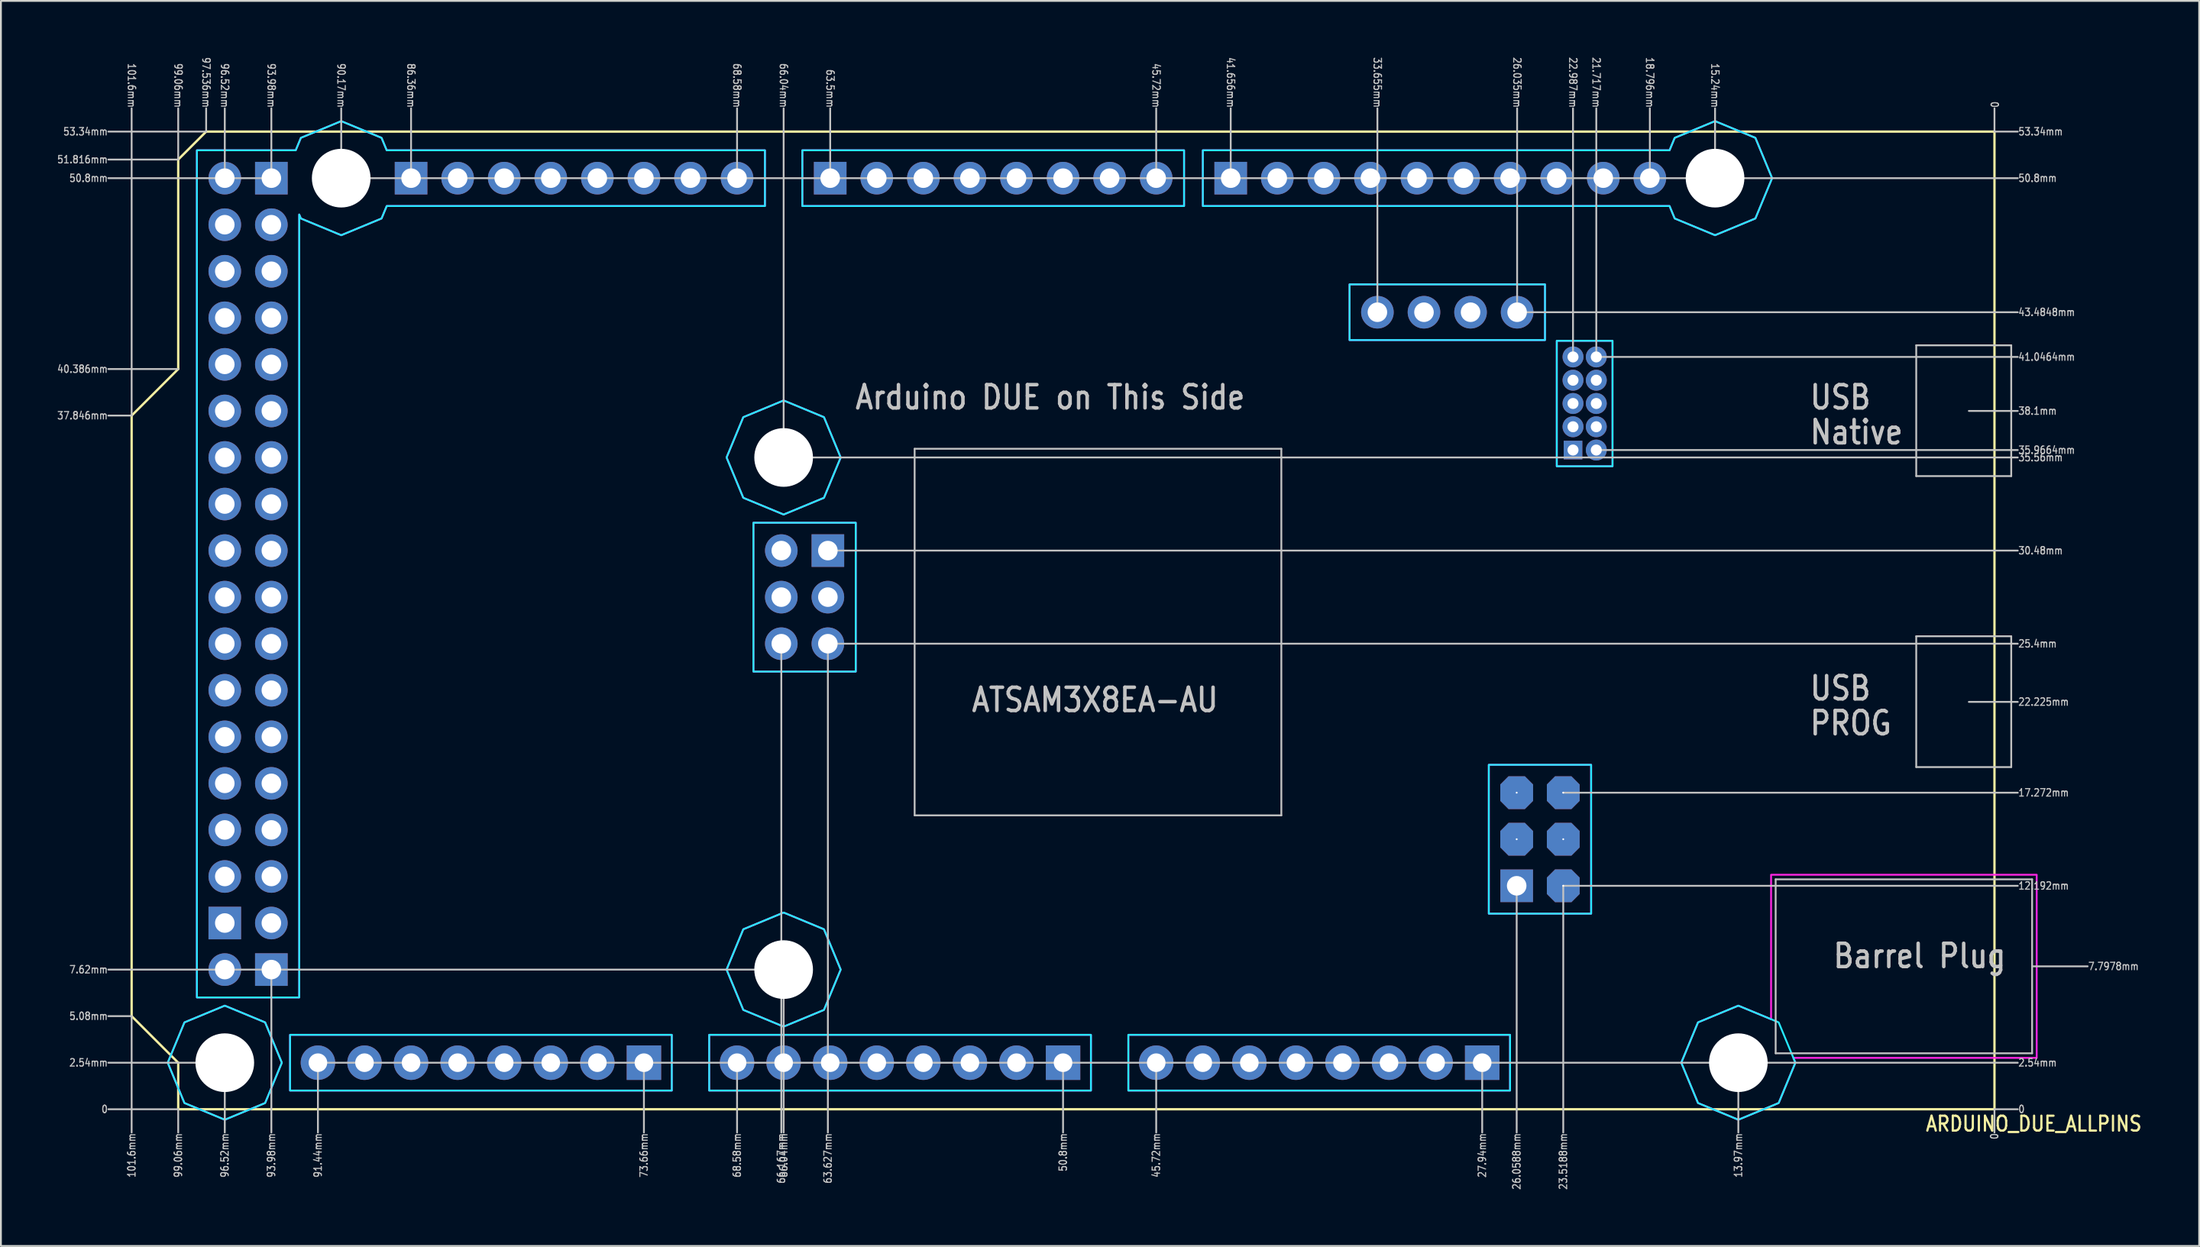
<source format=kicad_pcb>
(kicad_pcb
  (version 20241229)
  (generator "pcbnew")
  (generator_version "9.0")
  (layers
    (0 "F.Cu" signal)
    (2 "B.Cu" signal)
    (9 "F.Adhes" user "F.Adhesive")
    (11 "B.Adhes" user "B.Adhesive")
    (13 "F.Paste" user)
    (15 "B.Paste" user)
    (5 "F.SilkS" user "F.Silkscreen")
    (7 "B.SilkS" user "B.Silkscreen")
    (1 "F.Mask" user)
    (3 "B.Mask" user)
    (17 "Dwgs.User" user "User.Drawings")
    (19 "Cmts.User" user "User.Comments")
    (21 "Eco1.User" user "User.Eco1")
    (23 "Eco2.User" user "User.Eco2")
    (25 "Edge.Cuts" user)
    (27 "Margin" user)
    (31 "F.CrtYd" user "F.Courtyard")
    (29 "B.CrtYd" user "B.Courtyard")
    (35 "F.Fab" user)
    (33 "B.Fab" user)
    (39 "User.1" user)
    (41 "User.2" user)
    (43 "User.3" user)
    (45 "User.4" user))
  (footprint "ARDUINO_DUE_ALLPINS"
    (layer "F.Cu")
    (at 105.73 57.47)
    (property "Reference" "ARDUINO_DUE_ALLPINS" (at -3.81 1.27 0) (unlocked yes) (layer "F.SilkS") (effects (font (size 0.813 0.695) (thickness 0.122)) (justify left bottom)))
    (fp_circle (center -96.52 -2.54) (end -93.67 -2.54) (stroke (width 0) (type solid)) (fill yes) (layer "F.Mask"))
    (fp_circle (center -96.52 -2.54) (end -93.67 -2.54) (stroke (width 0) (type solid)) (fill yes) (layer "F.Mask"))
    (fp_circle (center -90.17 -50.8) (end -87.32 -50.8) (stroke (width 0) (type solid)) (fill yes) (layer "F.Mask"))
    (fp_circle (center -90.17 -50.8) (end -87.32 -50.8) (stroke (width 0) (type solid)) (fill yes) (layer "F.Mask"))
    (fp_circle (center -66.04 -35.56) (end -63.19 -35.56) (stroke (width 0) (type solid)) (fill yes) (layer "F.Mask"))
    (fp_circle (center -66.04 -35.56) (end -63.19 -35.56) (stroke (width 0) (type solid)) (fill yes) (layer "F.Mask"))
    (fp_circle (center -66.04 -7.62) (end -63.19 -7.62) (stroke (width 0) (type solid)) (fill yes) (layer "F.Mask"))
    (fp_circle (center -66.04 -7.62) (end -63.19 -7.62) (stroke (width 0) (type solid)) (fill yes) (layer "F.Mask"))
    (fp_circle (center -15.24 -50.8) (end -12.39 -50.8) (stroke (width 0) (type solid)) (fill yes) (layer "F.Mask"))
    (fp_circle (center -15.24 -50.8) (end -12.39 -50.8) (stroke (width 0) (type solid)) (fill yes) (layer "F.Mask"))
    (fp_circle (center -13.97 -2.54) (end -11.12 -2.54) (stroke (width 0) (type solid)) (fill yes) (layer "F.Mask"))
    (fp_circle (center -13.97 -2.54) (end -11.12 -2.54) (stroke (width 0) (type solid)) (fill yes) (layer "F.Mask"))
    (fp_circle (center -96.52 -2.54) (end -93.67 -2.54) (stroke (width 0) (type solid)) (fill yes) (layer "B.Mask"))
    (fp_circle (center -90.17 -50.8) (end -87.32 -50.8) (stroke (width 0) (type solid)) (fill yes) (layer "B.Mask"))
    (fp_circle (center -66.04 -35.56) (end -63.19 -35.56) (stroke (width 0) (type solid)) (fill yes) (layer "B.Mask"))
    (fp_circle (center -66.04 -7.62) (end -63.19 -7.62) (stroke (width 0) (type solid)) (fill yes) (layer "B.Mask"))
    (fp_circle (center -15.24 -50.8) (end -12.39 -50.8) (stroke (width 0) (type solid)) (fill yes) (layer "B.Mask"))
    (fp_circle (center -13.97 -2.54) (end -11.12 -2.54) (stroke (width 0) (type solid)) (fill yes) (layer "B.Mask"))
    (fp_line (start -101.6 -37.846) (end -101.6 -5.08) (stroke (width 0.127) (type solid)) (layer "F.SilkS"))
    (fp_line (start -101.6 -5.08) (end -99.06 -2.54) (stroke (width 0.127) (type solid)) (layer "F.SilkS"))
    (fp_line (start -99.06 -51.816) (end -99.06 -40.386) (stroke (width 0.127) (type solid)) (layer "F.SilkS"))
    (fp_line (start -99.06 -40.386) (end -101.6 -37.846) (stroke (width 0.127) (type solid)) (layer "F.SilkS"))
    (fp_line (start -99.06 -2.54) (end -99.06 0) (stroke (width 0.127) (type solid)) (layer "F.SilkS"))
    (fp_line (start -99.06 0) (end 0 0) (stroke (width 0.127) (type solid)) (layer "F.SilkS"))
    (fp_line (start -97.536 -53.34) (end -99.06 -51.816) (stroke (width 0.127) (type solid)) (layer "F.SilkS"))
    (fp_line (start 0 -53.34) (end -97.536 -53.34) (stroke (width 0.127) (type solid)) (layer "F.SilkS"))
    (fp_line (start 0 0) (end 0 -53.34) (stroke (width 0.127) (type solid)) (layer "F.SilkS"))
    (fp_line (start -101.6 -37.846) (end -102.87 -37.846) (stroke (width 0.1) (type solid)) (layer "Dwgs.User"))
    (fp_line (start -101.6 -37.846) (end -101.6 -54.61) (stroke (width 0.1) (type solid)) (layer "Dwgs.User"))
    (fp_line (start -101.6 -5.08) (end -102.87 -5.08) (stroke (width 0.1) (type solid)) (layer "Dwgs.User"))
    (fp_line (start -101.6 -5.08) (end -101.6 1.27) (stroke (width 0.1) (type solid)) (layer "Dwgs.User"))
    (fp_line (start -99.06 -51.816) (end -102.87 -51.816) (stroke (width 0.1) (type solid)) (layer "Dwgs.User"))
    (fp_line (start -99.06 -51.816) (end -99.06 -54.61) (stroke (width 0.1) (type solid)) (layer "Dwgs.User"))
    (fp_line (start -99.06 -40.386) (end -102.87 -40.386) (stroke (width 0.1) (type solid)) (layer "Dwgs.User"))
    (fp_line (start -99.06 0) (end -102.87 0) (stroke (width 0.1) (type solid)) (layer "Dwgs.User"))
    (fp_line (start -99.06 0) (end -99.06 1.27) (stroke (width 0.1) (type solid)) (layer "Dwgs.User"))
    (fp_line (start -97.536 -53.34) (end -102.87 -53.34) (stroke (width 0.1) (type solid)) (layer "Dwgs.User"))
    (fp_line (start -97.536 -53.34) (end -97.536 -54.61) (stroke (width 0.1) (type solid)) (layer "Dwgs.User"))
    (fp_line (start -96.52 -50.8) (end -102.87 -50.8) (stroke (width 0.1) (type solid)) (layer "Dwgs.User"))
    (fp_line (start -96.52 -50.8) (end -96.52 -54.61) (stroke (width 0.1) (type solid)) (layer "Dwgs.User"))
    (fp_line (start -96.52 -2.54) (end -102.87 -2.54) (stroke (width 0.1) (type solid)) (layer "Dwgs.User"))
    (fp_line (start -96.52 -2.54) (end -96.52 1.27) (stroke (width 0.1) (type solid)) (layer "Dwgs.User"))
    (fp_line (start -93.98 -50.8) (end -96.52 -50.8) (stroke (width 0.1) (type solid)) (layer "Dwgs.User"))
    (fp_line (start -93.98 -50.8) (end -93.98 -54.61) (stroke (width 0.1) (type solid)) (layer "Dwgs.User"))
    (fp_line (start -93.98 -7.62) (end -93.98 1.27) (stroke (width 0.1) (type solid)) (layer "Dwgs.User"))
    (fp_line (start -91.44 -2.54) (end -91.44 1.27) (stroke (width 0.1) (type solid)) (layer "Dwgs.User"))
    (fp_line (start -91.44 -2.54) (end -13.97 -2.54) (stroke (width 0.1) (type solid)) (layer "Dwgs.User"))
    (fp_line (start -90.17 -50.8) (end -90.17 -54.61) (stroke (width 0.1) (type solid)) (layer "Dwgs.User"))
    (fp_line (start -90.17 -50.8) (end -86.36 -50.8) (stroke (width 0.1) (type solid)) (layer "Dwgs.User"))
    (fp_line (start -86.36 -50.8) (end -86.36 -54.61) (stroke (width 0.1) (type solid)) (layer "Dwgs.User"))
    (fp_line (start -86.36 -50.8) (end -68.58 -50.8) (stroke (width 0.1) (type solid)) (layer "Dwgs.User"))
    (fp_line (start -73.66 -2.54) (end -73.66 1.27) (stroke (width 0.1) (type solid)) (layer "Dwgs.User"))
    (fp_line (start -68.58 -50.8) (end -68.58 -54.61) (stroke (width 0.1) (type solid)) (layer "Dwgs.User"))
    (fp_line (start -68.58 -50.8) (end -63.5 -50.8) (stroke (width 0.1) (type solid)) (layer "Dwgs.User"))
    (fp_line (start -68.58 -2.54) (end -68.58 1.27) (stroke (width 0.1) (type solid)) (layer "Dwgs.User"))
    (fp_line (start -66.167 -25.4) (end -66.167 1.27) (stroke (width 0.1) (type solid)) (layer "Dwgs.User"))
    (fp_line (start -66.04 -35.56) (end -66.04 -54.61) (stroke (width 0.1) (type solid)) (layer "Dwgs.User"))
    (fp_line (start -66.04 -35.56) (end 1.27 -35.56) (stroke (width 0.1) (type solid)) (layer "Dwgs.User"))
    (fp_line (start -66.04 -7.62) (end -102.87 -7.62) (stroke (width 0.1) (type solid)) (layer "Dwgs.User"))
    (fp_line (start -66.04 -7.62) (end -66.04 1.27) (stroke (width 0.1) (type solid)) (layer "Dwgs.User"))
    (fp_line (start -63.627 -25.4) (end -63.627 1.27) (stroke (width 0.1) (type solid)) (layer "Dwgs.User"))
    (fp_line (start -63.627 -25.4) (end 1.27 -25.4) (stroke (width 0.1) (type solid)) (layer "Dwgs.User"))
    (fp_line (start -63.5 -50.8) (end -63.5 -54.61) (stroke (width 0.1) (type solid)) (layer "Dwgs.User"))
    (fp_line (start -63.5 -50.8) (end -45.72 -50.8) (stroke (width 0.1) (type solid)) (layer "Dwgs.User"))
    (fp_line (start -63.5 -30.48) (end 1.27 -30.48) (stroke (width 0.1) (type solid)) (layer "Dwgs.User"))
    (fp_line (start -58.895 -36.035) (end -58.895 -16.035) (stroke (width 0.1) (type solid)) (layer "Dwgs.User"))
    (fp_line (start -58.895 -16.035) (end -38.895 -16.035) (stroke (width 0.1) (type solid)) (layer "Dwgs.User"))
    (fp_line (start -50.8 -2.54) (end -50.8 1.27) (stroke (width 0.1) (type solid)) (layer "Dwgs.User"))
    (fp_line (start -45.72 -50.8) (end -45.72 -54.61) (stroke (width 0.1) (type solid)) (layer "Dwgs.User"))
    (fp_line (start -45.72 -50.8) (end -41.656 -50.8) (stroke (width 0.1) (type solid)) (layer "Dwgs.User"))
    (fp_line (start -45.72 -2.54) (end -45.72 1.27) (stroke (width 0.1) (type solid)) (layer "Dwgs.User"))
    (fp_line (start -41.656 -50.8) (end -41.656 -54.61) (stroke (width 0.1) (type solid)) (layer "Dwgs.User"))
    (fp_line (start -41.656 -50.8) (end -18.796 -50.8) (stroke (width 0.1) (type solid)) (layer "Dwgs.User"))
    (fp_line (start -38.895 -36.035) (end -58.895 -36.035) (stroke (width 0.1) (type solid)) (layer "Dwgs.User"))
    (fp_line (start -38.895 -16.035) (end -38.895 -36.035) (stroke (width 0.1) (type solid)) (layer "Dwgs.User"))
    (fp_line (start -33.655 -43.485) (end -33.655 -54.61) (stroke (width 0.1) (type solid)) (layer "Dwgs.User"))
    (fp_line (start -27.94 -2.54) (end -27.94 1.27) (stroke (width 0.1) (type solid)) (layer "Dwgs.User"))
    (fp_line (start -26.059 -12.192) (end -26.059 1.27) (stroke (width 0.1) (type solid)) (layer "Dwgs.User"))
    (fp_line (start -26.035 -43.485) (end -26.035 -54.61) (stroke (width 0.1) (type solid)) (layer "Dwgs.User"))
    (fp_line (start -26.035 -43.485) (end 1.27 -43.485) (stroke (width 0.1) (type solid)) (layer "Dwgs.User"))
    (fp_line (start -23.519 -17.272) (end 1.27 -17.272) (stroke (width 0.1) (type solid)) (layer "Dwgs.User"))
    (fp_line (start -23.519 -12.192) (end -23.519 1.27) (stroke (width 0.1) (type solid)) (layer "Dwgs.User"))
    (fp_line (start -23.519 -12.192) (end 1.27 -12.192) (stroke (width 0.1) (type solid)) (layer "Dwgs.User"))
    (fp_line (start -22.987 -41.046) (end -22.987 -54.61) (stroke (width 0.1) (type solid)) (layer "Dwgs.User"))
    (fp_line (start -21.717 -41.046) (end -21.717 -54.61) (stroke (width 0.1) (type solid)) (layer "Dwgs.User"))
    (fp_line (start -21.717 -41.046) (end 1.27 -41.046) (stroke (width 0.1) (type solid)) (layer "Dwgs.User"))
    (fp_line (start -21.717 -35.966) (end 1.27 -35.966) (stroke (width 0.1) (type solid)) (layer "Dwgs.User"))
    (fp_line (start -18.796 -50.8) (end -18.796 -54.61) (stroke (width 0.1) (type solid)) (layer "Dwgs.User"))
    (fp_line (start -18.796 -50.8) (end -15.24 -50.8) (stroke (width 0.1) (type solid)) (layer "Dwgs.User"))
    (fp_line (start -15.24 -50.8) (end -15.24 -54.61) (stroke (width 0.1) (type solid)) (layer "Dwgs.User"))
    (fp_line (start -15.24 -50.8) (end 1.27 -50.8) (stroke (width 0.1) (type solid)) (layer "Dwgs.User"))
    (fp_line (start -13.97 -2.54) (end -13.97 1.27) (stroke (width 0.1) (type solid)) (layer "Dwgs.User"))
    (fp_line (start -13.97 -2.54) (end 1.27 -2.54) (stroke (width 0.1) (type solid)) (layer "Dwgs.User"))
    (fp_line (start -11.934 -12.544) (end -11.934 -3.052) (stroke (width 0.1) (type solid)) (layer "Dwgs.User"))
    (fp_line (start -11.934 -3.052) (end 2.053 -3.052) (stroke (width 0.1) (type solid)) (layer "Dwgs.User"))
    (fp_line (start -4.267 -41.681) (end 0.914 -41.681) (stroke (width 0.1) (type solid)) (layer "Dwgs.User"))
    (fp_line (start -4.267 -34.544) (end -4.267 -41.681) (stroke (width 0.1) (type solid)) (layer "Dwgs.User"))
    (fp_line (start -4.267 -25.806) (end 0.914 -25.806) (stroke (width 0.1) (type solid)) (layer "Dwgs.User"))
    (fp_line (start -4.267 -18.669) (end -4.267 -25.806) (stroke (width 0.1) (type solid)) (layer "Dwgs.User"))
    (fp_line (start 0 -53.34) (end 0 -54.61) (stroke (width 0.1) (type solid)) (layer "Dwgs.User"))
    (fp_line (start 0 -53.34) (end 1.27 -53.34) (stroke (width 0.1) (type solid)) (layer "Dwgs.User"))
    (fp_line (start 0 0) (end 0 1.27) (stroke (width 0.1) (type solid)) (layer "Dwgs.User"))
    (fp_line (start 0 0) (end 1.27 0) (stroke (width 0.1) (type solid)) (layer "Dwgs.User"))
    (fp_line (start 0.914 -41.681) (end 0.914 -34.544) (stroke (width 0.1) (type solid)) (layer "Dwgs.User"))
    (fp_line (start 0.914 -34.544) (end -4.267 -34.544) (stroke (width 0.1) (type solid)) (layer "Dwgs.User"))
    (fp_line (start 0.914 -25.806) (end 0.914 -18.669) (stroke (width 0.1) (type solid)) (layer "Dwgs.User"))
    (fp_line (start 0.914 -18.669) (end -4.267 -18.669) (stroke (width 0.1) (type solid)) (layer "Dwgs.User"))
    (fp_line (start 1.27 -38.1) (end -1.397 -38.1) (stroke (width 0.1) (type solid)) (layer "Dwgs.User"))
    (fp_line (start 1.27 -22.225) (end -1.397 -22.225) (stroke (width 0.1) (type solid)) (layer "Dwgs.User"))
    (fp_line (start 2.053 -12.544) (end -11.934 -12.544) (stroke (width 0.1) (type solid)) (layer "Dwgs.User"))
    (fp_line (start 2.053 -3.052) (end 2.053 -12.544) (stroke (width 0.1) (type solid)) (layer "Dwgs.User"))
    (fp_line (start 5.08 -7.798) (end 2.053 -7.798) (stroke (width 0.1) (type solid)) (layer "Dwgs.User"))
    (fp_poly (pts (xy -72.14 -4.06) (xy -92.96 -4.06) (xy -92.96 -1.02) (xy -72.14 -1.02)) (stroke (width 0.1) (type solid)) (fill no) (layer "B.CrtYd"))
    (fp_poly (pts (xy -62.107 -32) (xy -67.687 -32) (xy -67.687 -23.88) (xy -62.107 -23.88)) (stroke (width 0.1) (type solid)) (fill no) (layer "B.CrtYd"))
    (fp_poly (pts (xy -49.28 -4.06) (xy -70.1 -4.06) (xy -70.1 -1.02) (xy -49.28 -1.02)) (stroke (width 0.1) (type solid)) (fill no) (layer "B.CrtYd"))
    (fp_poly (pts (xy -44.2 -52.32) (xy -65.02 -52.32) (xy -65.02 -49.28) (xy -44.2 -49.28)) (stroke (width 0.1) (type solid)) (fill no) (layer "B.CrtYd"))
    (fp_poly (pts (xy -26.42 -4.06) (xy -47.24 -4.06) (xy -47.24 -1.02) (xy -26.42 -1.02)) (stroke (width 0.1) (type solid)) (fill no) (layer "B.CrtYd"))
    (fp_poly (pts (xy -24.515 -41.965) (xy -24.515 -45.005) (xy -35.175 -45.005) (xy -35.175 -41.965)) (stroke (width 0.1) (type solid)) (fill no) (layer "B.CrtYd"))
    (fp_poly (pts (xy -21.999 -18.792) (xy -27.579 -18.792) (xy -27.579 -10.672) (xy -21.998 -10.672)) (stroke (width 0.1) (type solid)) (fill no) (layer "B.CrtYd"))
    (fp_poly (pts (xy -20.832 -41.926) (xy -23.872 -41.926) (xy -23.872 -35.081) (xy -20.832 -35.081)) (stroke (width 0.1) (type solid)) (fill no) (layer "B.CrtYd"))
    (fp_poly (pts (xy -99.632 -2.54) (xy -98.72 -4.74) (xy -96.52 -5.652) (xy -94.32 -4.74) (xy -93.408 -2.54) (xy -94.32 -0.34) (xy -96.52 0.572) (xy -98.72 -0.34)) (stroke (width 0.1) (type solid)) (fill no) (layer "B.CrtYd"))
    (fp_poly (pts (xy -69.152 -35.56) (xy -68.24 -37.76) (xy -66.04 -38.672) (xy -63.84 -37.76) (xy -62.928 -35.56) (xy -63.84 -33.36) (xy -66.04 -32.448) (xy -68.24 -33.36)) (stroke (width 0.1) (type solid)) (fill no) (layer "B.CrtYd"))
    (fp_poly (pts (xy -69.152 -7.62) (xy -68.24 -9.82) (xy -66.04 -10.732) (xy -63.84 -9.82) (xy -62.928 -7.62) (xy -63.84 -5.42) (xy -66.04 -4.508) (xy -68.24 -5.42)) (stroke (width 0.1) (type solid)) (fill no) (layer "B.CrtYd"))
    (fp_poly (pts (xy -17.082 -2.54) (xy -16.17 -4.74) (xy -13.97 -5.652) (xy -11.77 -4.74) (xy -10.858 -2.54) (xy -11.77 -0.34) (xy -13.97 0.572) (xy -16.17 -0.34)) (stroke (width 0.1) (type solid)) (fill no) (layer "B.CrtYd"))
    (fp_poly (pts (xy -17.722 -52.32) (xy -17.44 -53) (xy -15.24 -53.912) (xy -13.04 -53) (xy -12.128 -50.8) (xy -13.04 -48.6) (xy -15.24 -47.688) (xy -17.44 -48.6) (xy -17.722 -49.28) (xy -43.176 -49.28) (xy -43.176 -52.32)) (stroke (width 0.1) (type solid)) (fill no) (layer "B.CrtYd"))
    (fp_poly (pts (xy -92.652 -52.32) (xy -92.37 -53) (xy -90.17 -53.912) (xy -87.97 -53) (xy -87.688 -52.32) (xy -67.06 -52.32) (xy -67.06 -49.28) (xy -87.688 -49.28) (xy -87.97 -48.6) (xy -90.17 -47.688) (xy -92.37 -48.6) (xy -92.46 -48.816) (xy -92.46 -6.1) (xy -98.04 -6.1) (xy -98.04 -52.32)) (stroke (width 0.1) (type solid)) (fill no) (layer "B.CrtYd"))
    (fp_poly (pts (xy -72.14 -4.06) (xy -92.96 -4.06) (xy -92.96 -1.02) (xy -72.14 -1.02)) (stroke (width 0.1) (type solid)) (fill no) (layer "F.CrtYd"))
    (fp_poly (pts (xy -62.107 -32) (xy -67.687 -32) (xy -67.687 -23.88) (xy -62.107 -23.88)) (stroke (width 0.1) (type solid)) (fill no) (layer "F.CrtYd"))
    (fp_poly (pts (xy -49.28 -4.06) (xy -70.1 -4.06) (xy -70.1 -1.02) (xy -49.28 -1.02)) (stroke (width 0.1) (type solid)) (fill no) (layer "F.CrtYd"))
    (fp_poly (pts (xy -44.2 -52.32) (xy -65.02 -52.32) (xy -65.02 -49.28) (xy -44.2 -49.28)) (stroke (width 0.1) (type solid)) (fill no) (layer "F.CrtYd"))
    (fp_poly (pts (xy -26.42 -4.06) (xy -47.24 -4.06) (xy -47.24 -1.02) (xy -26.42 -1.02)) (stroke (width 0.1) (type solid)) (fill no) (layer "F.CrtYd"))
    (fp_poly (pts (xy -24.515 -41.965) (xy -24.515 -45.005) (xy -35.175 -45.005) (xy -35.175 -41.965)) (stroke (width 0.1) (type solid)) (fill no) (layer "F.CrtYd"))
    (fp_poly (pts (xy -21.999 -18.792) (xy -27.579 -18.792) (xy -27.579 -10.672) (xy -21.998 -10.672)) (stroke (width 0.1) (type solid)) (fill no) (layer "F.CrtYd"))
    (fp_poly (pts (xy -20.832 -41.926) (xy -23.872 -41.926) (xy -23.872 -35.081) (xy -20.832 -35.081)) (stroke (width 0.1) (type solid)) (fill no) (layer "F.CrtYd"))
    (fp_poly (pts (xy -99.632 -2.54) (xy -98.72 -4.74) (xy -96.52 -5.652) (xy -94.32 -4.74) (xy -93.408 -2.54) (xy -94.32 -0.34) (xy -96.52 0.572) (xy -98.72 -0.34)) (stroke (width 0.1) (type solid)) (fill no) (layer "F.CrtYd"))
    (fp_poly (pts (xy -69.152 -35.56) (xy -68.24 -37.76) (xy -66.04 -38.672) (xy -63.84 -37.76) (xy -62.928 -35.56) (xy -63.84 -33.36) (xy -66.04 -32.448) (xy -68.24 -33.36)) (stroke (width 0.1) (type solid)) (fill no) (layer "F.CrtYd"))
    (fp_poly (pts (xy -69.152 -7.62) (xy -68.24 -9.82) (xy -66.04 -10.732) (xy -63.84 -9.82) (xy -62.928 -7.62) (xy -63.84 -5.42) (xy -66.04 -4.508) (xy -68.24 -5.42)) (stroke (width 0.1) (type solid)) (fill no) (layer "F.CrtYd"))
    (fp_poly (pts (xy -17.722 -52.32) (xy -17.44 -53) (xy -15.24 -53.912) (xy -13.04 -53) (xy -12.128 -50.8) (xy -13.04 -48.6) (xy -15.24 -47.688) (xy -17.44 -48.6) (xy -17.722 -49.28) (xy -43.176 -49.28) (xy -43.176 -52.32)) (stroke (width 0.1) (type solid)) (fill no) (layer "F.CrtYd"))
    (fp_poly (pts (xy -17.082 -2.54) (xy -16.17 -4.74) (xy -13.97 -5.652) (xy -12.184 -4.912) (xy -12.184 -12.794) (xy 2.303 -12.794) (xy 2.303 -2.802) (xy -10.967 -2.802) (xy -10.858 -2.54) (xy -11.77 -0.34) (xy -13.97 0.572) (xy -16.17 -0.34)) (stroke (width 0.1) (type solid)) (fill no) (layer "F.CrtYd"))
    (fp_poly (pts (xy -92.652 -52.32) (xy -92.37 -53) (xy -90.17 -53.912) (xy -87.97 -53) (xy -87.688 -52.32) (xy -67.06 -52.32) (xy -67.06 -49.28) (xy -87.688 -49.28) (xy -87.97 -48.6) (xy -90.17 -47.688) (xy -92.37 -48.6) (xy -92.46 -48.816) (xy -92.46 -6.1) (xy -98.04 -6.1) (xy -98.04 -52.32)) (stroke (width 0.1) (type solid)) (fill no) (layer "F.CrtYd"))
    (fp_text user "23.5188mm" (at -23.519 1.27 90) (unlocked yes) (layer "Dwgs.User") (effects (font (size 0.406 0.347) (thickness 0.061)) (justify right)))
    (fp_text user "0" (at 0 -54.61 270) (unlocked yes) (layer "Dwgs.User") (effects (font (size 0.406 0.347) (thickness 0.061)) (justify right)))
    (fp_text user "93.98mm" (at -93.98 -54.61 270) (unlocked yes) (layer "Dwgs.User") (effects (font (size 0.406 0.347) (thickness 0.061)) (justify right)))
    (fp_text user "41.656mm" (at -41.656 -54.61 270) (unlocked yes) (layer "Dwgs.User") (effects (font (size 0.406 0.347) (thickness 0.061)) (justify right)))
    (fp_text user "0" (at 1.27 0 0) (unlocked yes) (layer "Dwgs.User") (effects (font (size 0.406 0.347) (thickness 0.061)) (justify left)))
    (fp_text user "51.816mm" (at -102.87 -51.816 0) (unlocked yes) (layer "Dwgs.User") (effects (font (size 0.406 0.347) (thickness 0.061)) (justify right)))
    (fp_text user "Barrel Plug" (at -8.89 -7.62 0) (unlocked yes) (layer "Dwgs.User") (effects (font (size 1.27 1.086) (thickness 0.191)) (justify left bottom)))
    (fp_text user "53.34mm" (at -102.87 -53.34 0) (unlocked yes) (layer "Dwgs.User") (effects (font (size 0.406 0.347) (thickness 0.061)) (justify right)))
    (fp_text user "50.8mm" (at 1.27 -50.8 0) (unlocked yes) (layer "Dwgs.User") (effects (font (size 0.406 0.347) (thickness 0.061)) (justify left)))
    (fp_text user "25.4mm" (at 1.27 -25.4 0) (unlocked yes) (layer "Dwgs.User") (effects (font (size 0.406 0.347) (thickness 0.061)) (justify left)))
    (fp_text user "26.0588mm" (at -26.059 1.27 90) (unlocked yes) (layer "Dwgs.User") (effects (font (size 0.406 0.347) (thickness 0.061)) (justify right)))
    (fp_text user "12.192mm" (at 1.27 -12.192 0) (unlocked yes) (layer "Dwgs.User") (effects (font (size 0.406 0.347) (thickness 0.061)) (justify left)))
    (fp_text user "50.8mm" (at -102.87 -50.8 0) (unlocked yes) (layer "Dwgs.User") (effects (font (size 0.406 0.347) (thickness 0.061)) (justify right)))
    (fp_text user "30.48mm" (at 1.27 -30.48 0) (unlocked yes) (layer "Dwgs.User") (effects (font (size 0.406 0.347) (thickness 0.061)) (justify left)))
    (fp_text user "73.66mm" (at -73.66 1.27 90) (unlocked yes) (layer "Dwgs.User") (effects (font (size 0.406 0.347) (thickness 0.061)) (justify right)))
    (fp_text user "38.1mm" (at 1.27 -38.1 0) (unlocked yes) (layer "Dwgs.User") (effects (font (size 0.406 0.347) (thickness 0.061)) (justify left)))
    (fp_text user "Native" (at -10.16 -36.195 0) (unlocked yes) (layer "Dwgs.User") (effects (font (size 1.27 1.086) (thickness 0.191)) (justify left bottom)))
    (fp_text user "15.24mm" (at -15.24 -54.61 270) (unlocked yes) (layer "Dwgs.User") (effects (font (size 0.406 0.347) (thickness 0.061)) (justify right)))
    (fp_text user "PROG" (at -10.16 -20.32 0) (unlocked yes) (layer "Dwgs.User") (effects (font (size 1.27 1.086) (thickness 0.191)) (justify left bottom)))
    (fp_text user "96.52mm" (at -96.52 1.27 90) (unlocked yes) (layer "Dwgs.User") (effects (font (size 0.406 0.347) (thickness 0.061)) (justify right)))
    (fp_text user "27.94mm" (at -27.94 1.27 90) (unlocked yes) (layer "Dwgs.User") (effects (font (size 0.406 0.347) (thickness 0.061)) (justify right)))
    (fp_text user "45.72mm" (at -45.72 1.27 90) (unlocked yes) (layer "Dwgs.User") (effects (font (size 0.406 0.347) (thickness 0.061)) (justify right)))
    (fp_text user "0" (at 0 1.27 90) (unlocked yes) (layer "Dwgs.User") (effects (font (size 0.406 0.347) (thickness 0.061)) (justify right)))
    (fp_text user "7.7978mm" (at 5.08 -7.798 0) (unlocked yes) (layer "Dwgs.User") (effects (font (size 0.406 0.347) (thickness 0.061)) (justify left)))
    (fp_text user "7.62mm" (at -102.87 -7.62 0) (unlocked yes) (layer "Dwgs.User") (effects (font (size 0.406 0.347) (thickness 0.061)) (justify right)))
    (fp_text user "91.44mm" (at -91.44 1.27 90) (unlocked yes) (layer "Dwgs.User") (effects (font (size 0.406 0.347) (thickness 0.061)) (justify right)))
    (fp_text user "101.6mm" (at -101.6 1.27 90) (unlocked yes) (layer "Dwgs.User") (effects (font (size 0.406 0.347) (thickness 0.061)) (justify right)))
    (fp_text user "101.6mm" (at -101.6 -54.61 270) (unlocked yes) (layer "Dwgs.User") (effects (font (size 0.406 0.347) (thickness 0.061)) (justify right)))
    (fp_text user "66.04mm" (at -66.04 -54.61 270) (unlocked yes) (layer "Dwgs.User") (effects (font (size 0.406 0.347) (thickness 0.061)) (justify right)))
    (fp_text user "21.717mm" (at -21.717 -54.61 270) (unlocked yes) (layer "Dwgs.User") (effects (font (size 0.406 0.347) (thickness 0.061)) (justify right)))
    (fp_text user "53.34mm" (at 1.27 -53.34 0) (unlocked yes) (layer "Dwgs.User") (effects (font (size 0.406 0.347) (thickness 0.061)) (justify left)))
    (fp_text user "96.52mm" (at -96.52 -54.61 270) (unlocked yes) (layer "Dwgs.User") (effects (font (size 0.406 0.347) (thickness 0.061)) (justify right)))
    (fp_text user "22.225mm" (at 1.27 -22.225 0) (unlocked yes) (layer "Dwgs.User") (effects (font (size 0.406 0.347) (thickness 0.061)) (justify left)))
    (fp_text user "68.58mm" (at -68.58 1.27 90) (unlocked yes) (layer "Dwgs.User") (effects (font (size 0.406 0.347) (thickness 0.061)) (justify right)))
    (fp_text user "17.272mm" (at 1.27 -17.272 0) (unlocked yes) (layer "Dwgs.User") (effects (font (size 0.406 0.347) (thickness 0.061)) (justify left)))
    (fp_text user "43.4848mm" (at 1.27 -43.485 0) (unlocked yes) (layer "Dwgs.User") (effects (font (size 0.406 0.347) (thickness 0.061)) (justify left)))
    (fp_text user "93.98mm" (at -93.98 1.27 90) (unlocked yes) (layer "Dwgs.User") (effects (font (size 0.406 0.347) (thickness 0.061)) (justify right)))
    (fp_text user "ATSAM3X8EA-AU" (at -55.88 -21.59 0) (unlocked yes) (layer "Dwgs.User") (effects (font (size 1.27 1.086) (thickness 0.191)) (justify left bottom)))
    (fp_text user "37.846mm" (at -102.87 -37.846 0) (unlocked yes) (layer "Dwgs.User") (effects (font (size 0.406 0.347) (thickness 0.061)) (justify right)))
    (fp_text user "86.36mm" (at -86.36 -54.61 270) (unlocked yes) (layer "Dwgs.User") (effects (font (size 0.406 0.347) (thickness 0.061)) (justify right)))
    (fp_text user "90.17mm" (at -90.17 -54.61 270) (unlocked yes) (layer "Dwgs.User") (effects (font (size 0.406 0.347) (thickness 0.061)) (justify right)))
    (fp_text user "2.54mm" (at 1.27 -2.54 0) (unlocked yes) (layer "Dwgs.User") (effects (font (size 0.406 0.347) (thickness 0.061)) (justify left)))
    (fp_text user "99.06mm" (at -99.06 -54.61 270) (unlocked yes) (layer "Dwgs.User") (effects (font (size 0.406 0.347) (thickness 0.061)) (justify right)))
    (fp_text user "35.56mm" (at 1.27 -35.56 0) (unlocked yes) (layer "Dwgs.User") (effects (font (size 0.406 0.347) (thickness 0.061)) (justify left)))
    (fp_text user "5.08mm" (at -102.87 -5.08 0) (unlocked yes) (layer "Dwgs.User") (effects (font (size 0.406 0.347) (thickness 0.061)) (justify right)))
    (fp_text user "40.386mm" (at -102.87 -40.386 0) (unlocked yes) (layer "Dwgs.User") (effects (font (size 0.406 0.347) (thickness 0.061)) (justify right)))
    (fp_text user "2.54mm" (at -102.87 -2.54 0) (unlocked yes) (layer "Dwgs.User") (effects (font (size 0.406 0.347) (thickness 0.061)) (justify right)))
    (fp_text user "66.04mm" (at -66.04 1.27 90) (unlocked yes) (layer "Dwgs.User") (effects (font (size 0.406 0.347) (thickness 0.061)) (justify right)))
    (fp_text user "99.06mm" (at -99.06 1.27 90) (unlocked yes) (layer "Dwgs.User") (effects (font (size 0.406 0.347) (thickness 0.061)) (justify right)))
    (fp_text user "97.536mm" (at -97.536 -54.61 270) (unlocked yes) (layer "Dwgs.User") (effects (font (size 0.406 0.347) (thickness 0.061)) (justify right)))
    (fp_text user "26.035mm" (at -26.035 -54.61 270) (unlocked yes) (layer "Dwgs.User") (effects (font (size 0.406 0.347) (thickness 0.061)) (justify right)))
    (fp_text user "Arduino DUE on This Side" (at -62.23 -38.1 0) (unlocked yes) (layer "Dwgs.User") (effects (font (size 1.27 1.086) (thickness 0.191)) (justify left bottom)))
    (fp_text user "0" (at -102.87 0 0) (unlocked yes) (layer "Dwgs.User") (effects (font (size 0.406 0.347) (thickness 0.061)) (justify right)))
    (fp_text user "13.97mm" (at -13.97 1.27 90) (unlocked yes) (layer "Dwgs.User") (effects (font (size 0.406 0.347) (thickness 0.061)) (justify right)))
    (fp_text user "USB" (at -10.16 -22.225 0) (unlocked yes) (layer "Dwgs.User") (effects (font (size 1.27 1.086) (thickness 0.191)) (justify left bottom)))
    (fp_text user "63.627mm" (at -63.627 1.27 90) (unlocked yes) (layer "Dwgs.User") (effects (font (size 0.406 0.347) (thickness 0.061)) (justify right)))
    (fp_text user "35.9664mm" (at 1.27 -35.966 0) (unlocked yes) (layer "Dwgs.User") (effects (font (size 0.406 0.347) (thickness 0.061)) (justify left)))
    (fp_text user "63.5mm" (at -63.5 -54.61 270) (unlocked yes) (layer "Dwgs.User") (effects (font (size 0.406 0.347) (thickness 0.061)) (justify right)))
    (fp_text user "66.167mm" (at -66.167 1.27 90) (unlocked yes) (layer "Dwgs.User") (effects (font (size 0.406 0.347) (thickness 0.061)) (justify right)))
    (fp_text user "USB" (at -10.16 -38.1 0) (unlocked yes) (layer "Dwgs.User") (effects (font (size 1.27 1.086) (thickness 0.191)) (justify left bottom)))
    (fp_text user "68.58mm" (at -68.58 -54.61 270) (unlocked yes) (layer "Dwgs.User") (effects (font (size 0.406 0.347) (thickness 0.061)) (justify right)))
    (fp_text user "45.72mm" (at -45.72 -54.61 270) (unlocked yes) (layer "Dwgs.User") (effects (font (size 0.406 0.347) (thickness 0.061)) (justify right)))
    (fp_text user "50.8mm" (at -50.8 1.27 90) (unlocked yes) (layer "Dwgs.User") (effects (font (size 0.406 0.347) (thickness 0.061)) (justify right)))
    (fp_text user "33.655mm" (at -33.655 -54.61 270) (unlocked yes) (layer "Dwgs.User") (effects (font (size 0.406 0.347) (thickness 0.061)) (justify right)))
    (fp_text user "18.796mm" (at -18.796 -54.61 270) (unlocked yes) (layer "Dwgs.User") (effects (font (size 0.406 0.347) (thickness 0.061)) (justify right)))
    (fp_text user "41.0464mm" (at 1.27 -41.046 0) (unlocked yes) (layer "Dwgs.User") (effects (font (size 0.406 0.347) (thickness 0.061)) (justify left)))
    (fp_text user "22.987mm" (at -22.987 -54.61 270) (unlocked yes) (layer "Dwgs.User") (effects (font (size 0.406 0.347) (thickness 0.061)) (justify right)))
    (pad "" np_thru_hole circle (at -96.52 -2.54) (size 3.2 3.2) (drill 3.2) (layers "*.Cu" "*.Mask"))
    (pad "" np_thru_hole circle (at -90.17 -50.8) (size 3.2 3.2) (drill 3.2) (layers "*.Cu" "*.Mask"))
    (pad "" np_thru_hole circle (at -66.04 -35.56) (size 3.2 3.2) (drill 3.2) (layers "*.Cu" "*.Mask"))
    (pad "" np_thru_hole circle (at -66.04 -7.62) (size 3.2 3.2) (drill 3.2) (layers "*.Cu" "*.Mask"))
    (pad "" np_thru_hole circle (at -15.24 -50.8) (size 3.2 3.2) (drill 3.2) (layers "*.Cu" "*.Mask"))
    (pad "" np_thru_hole circle (at -13.97 -2.54) (size 3.2 3.2) (drill 3.2) (layers "*.Cu" "*.Mask"))
    (pad "0" thru_hole rect (at -63.5 -50.8 270) (size 1.778 1.778) (drill 1.067) (layers "*.Cu" "*.Mask"))
    (pad "1" thru_hole oval (at -60.96 -50.8 270) (size 1.778 1.778) (drill 1.067) (layers "*.Cu" "*.Mask"))
    (pad "2" thru_hole oval (at -58.42 -50.8 270) (size 1.778 1.778) (drill 1.067) (layers "*.Cu" "*.Mask"))
    (pad "3" thru_hole oval (at -55.88 -50.8 270) (size 1.778 1.778) (drill 1.067) (layers "*.Cu" "*.Mask"))
    (pad "3V3" thru_hole oval (at -35.56 -2.54 90) (size 1.88 1.88) (drill 1.016) (layers "*.Cu" "*.Mask"))
    (pad "3V3_JTAG" thru_hole rect (at -22.987 -35.966 180) (size 1.016 1.016) (drill 0.6) (layers "*.Cu" "*.Mask"))
    (pad "4" thru_hole oval (at -53.34 -50.8 270) (size 1.778 1.778) (drill 1.067) (layers "*.Cu" "*.Mask"))
    (pad "5" thru_hole oval (at -50.8 -50.8 270) (size 1.778 1.778) (drill 1.067) (layers "*.Cu" "*.Mask"))
    (pad "5V0" thru_hole oval (at -38.1 -2.54 90) (size 1.88 1.88) (drill 1.016) (layers "*.Cu" "*.Mask"))
    (pad "5V0_1" thru_hole rect (at -93.98 -50.8 90) (size 1.778 1.778) (drill 1.067) (layers "*.Cu" "*.Mask"))
    (pad "5V0_2" thru_hole oval (at -96.52 -50.8 90) (size 1.778 1.778) (drill 1.067) (layers "*.Cu" "*.Mask"))
    (pad "5V_2" thru_hole oval (at -66.167 -30.48 180) (size 1.778 1.778) (drill 1.067) (layers "*.Cu" "*.Mask"))
    (pad "5V_ICSP1" thru_hole custom (at -23.519 -12.192 180) (size 0.1 0.1) (drill 1.067) (layers "*.Cu" "*.Mask") (options (anchor rect)) (primitives (gr_poly (pts (xy 0.889 0.445) (xy 0.445 0.889) (xy -0.445 0.889) (xy -0.889 0.445) (xy -0.889 -0.445) (xy -0.445 -0.889) (xy 0.445 -0.889) (xy 0.889 -0.445)) (width 0.01) (fill yes))))
    (pad "6" thru_hole oval (at -48.26 -50.8 270) (size 1.778 1.778) (drill 1.067) (layers "*.Cu" "*.Mask"))
    (pad "7" thru_hole oval (at -45.72 -50.8 270) (size 1.778 1.778) (drill 1.067) (layers "*.Cu" "*.Mask"))
    (pad "8" thru_hole rect (at -41.656 -50.8 270) (size 1.778 1.778) (drill 1.067) (layers "*.Cu" "*.Mask"))
    (pad "9" thru_hole oval (at -39.116 -50.8 270) (size 1.778 1.778) (drill 1.067) (layers "*.Cu" "*.Mask"))
    (pad "10" thru_hole oval (at -36.576 -50.8 270) (size 1.778 1.778) (drill 1.067) (layers "*.Cu" "*.Mask"))
    (pad "11" thru_hole oval (at -34.036 -50.8 270) (size 1.778 1.778) (drill 1.067) (layers "*.Cu" "*.Mask"))
    (pad "12" thru_hole oval (at -31.496 -50.8 270) (size 1.778 1.778) (drill 1.067) (layers "*.Cu" "*.Mask"))
    (pad "13" thru_hole oval (at -28.956 -50.8 270) (size 1.778 1.778) (drill 1.067) (layers "*.Cu" "*.Mask"))
    (pad "14" thru_hole oval (at -68.58 -50.8 270) (size 1.778 1.778) (drill 1.067) (layers "*.Cu" "*.Mask"))
    (pad "15" thru_hole oval (at -71.12 -50.8 270) (size 1.778 1.778) (drill 1.067) (layers "*.Cu" "*.Mask"))
    (pad "16" thru_hole oval (at -73.66 -50.8 270) (size 1.778 1.778) (drill 1.067) (layers "*.Cu" "*.Mask"))
    (pad "17" thru_hole oval (at -76.2 -50.8 270) (size 1.778 1.778) (drill 1.067) (layers "*.Cu" "*.Mask"))
    (pad "18" thru_hole oval (at -78.74 -50.8 270) (size 1.778 1.778) (drill 1.067) (layers "*.Cu" "*.Mask"))
    (pad "19" thru_hole oval (at -81.28 -50.8 270) (size 1.778 1.778) (drill 1.067) (layers "*.Cu" "*.Mask"))
    (pad "20" thru_hole oval (at -83.82 -50.8 270) (size 1.778 1.778) (drill 1.067) (layers "*.Cu" "*.Mask"))
    (pad "21" thru_hole rect (at -86.36 -50.8 270) (size 1.778 1.778) (drill 1.067) (layers "*.Cu" "*.Mask"))
    (pad "22" thru_hole oval (at -93.98 -48.26) (size 1.778 1.778) (drill 1.067) (layers "*.Cu" "*.Mask"))
    (pad "23" thru_hole oval (at -96.52 -48.26) (size 1.778 1.778) (drill 1.067) (layers "*.Cu" "*.Mask"))
    (pad "24" thru_hole oval (at -93.98 -45.72) (size 1.778 1.778) (drill 1.067) (layers "*.Cu" "*.Mask"))
    (pad "25" thru_hole oval (at -96.52 -45.72) (size 1.778 1.778) (drill 1.067) (layers "*.Cu" "*.Mask"))
    (pad "26" thru_hole oval (at -93.98 -43.18) (size 1.778 1.778) (drill 1.067) (layers "*.Cu" "*.Mask"))
    (pad "27" thru_hole oval (at -96.52 -43.18) (size 1.778 1.778) (drill 1.067) (layers "*.Cu" "*.Mask"))
    (pad "28" thru_hole oval (at -93.98 -40.64) (size 1.778 1.778) (drill 1.067) (layers "*.Cu" "*.Mask"))
    (pad "29" thru_hole oval (at -96.52 -40.64) (size 1.778 1.778) (drill 1.067) (layers "*.Cu" "*.Mask"))
    (pad "30" thru_hole oval (at -93.98 -38.1) (size 1.778 1.778) (drill 1.067) (layers "*.Cu" "*.Mask"))
    (pad "31" thru_hole oval (at -96.52 -38.1) (size 1.778 1.778) (drill 1.067) (layers "*.Cu" "*.Mask"))
    (pad "32" thru_hole oval (at -93.98 -35.56) (size 1.778 1.778) (drill 1.067) (layers "*.Cu" "*.Mask"))
    (pad "33" thru_hole oval (at -96.52 -35.56) (size 1.778 1.778) (drill 1.067) (layers "*.Cu" "*.Mask"))
    (pad "34" thru_hole oval (at -93.98 -33.02) (size 1.778 1.778) (drill 1.067) (layers "*.Cu" "*.Mask"))
    (pad "35" thru_hole oval (at -96.52 -33.02) (size 1.778 1.778) (drill 1.067) (layers "*.Cu" "*.Mask"))
    (pad "36" thru_hole oval (at -93.98 -30.48) (size 1.778 1.778) (drill 1.067) (layers "*.Cu" "*.Mask"))
    (pad "37" thru_hole oval (at -96.52 -30.48) (size 1.778 1.778) (drill 1.067) (layers "*.Cu" "*.Mask"))
    (pad "38" thru_hole oval (at -93.98 -27.94) (size 1.778 1.778) (drill 1.067) (layers "*.Cu" "*.Mask"))
    (pad "39" thru_hole oval (at -96.52 -27.94) (size 1.778 1.778) (drill 1.067) (layers "*.Cu" "*.Mask"))
    (pad "40" thru_hole oval (at -93.98 -25.4) (size 1.778 1.778) (drill 1.067) (layers "*.Cu" "*.Mask"))
    (pad "41" thru_hole oval (at -96.52 -25.4) (size 1.778 1.778) (drill 1.067) (layers "*.Cu" "*.Mask"))
    (pad "42" thru_hole oval (at -93.98 -22.86) (size 1.778 1.778) (drill 1.067) (layers "*.Cu" "*.Mask"))
    (pad "43" thru_hole oval (at -96.52 -22.86) (size 1.778 1.778) (drill 1.067) (layers "*.Cu" "*.Mask"))
    (pad "44" thru_hole oval (at -93.98 -20.32) (size 1.778 1.778) (drill 1.067) (layers "*.Cu" "*.Mask"))
    (pad "45" thru_hole oval (at -96.52 -20.32) (size 1.778 1.778) (drill 1.067) (layers "*.Cu" "*.Mask"))
    (pad "46" thru_hole oval (at -93.98 -17.78) (size 1.778 1.778) (drill 1.067) (layers "*.Cu" "*.Mask"))
    (pad "47" thru_hole oval (at -96.52 -17.78) (size 1.778 1.778) (drill 1.067) (layers "*.Cu" "*.Mask"))
    (pad "48" thru_hole oval (at -93.98 -15.24) (size 1.778 1.778) (drill 1.067) (layers "*.Cu" "*.Mask"))
    (pad "49" thru_hole oval (at -96.52 -15.24) (size 1.778 1.778) (drill 1.067) (layers "*.Cu" "*.Mask"))
    (pad "50" thru_hole oval (at -93.98 -12.7) (size 1.778 1.778) (drill 1.067) (layers "*.Cu" "*.Mask"))
    (pad "51" thru_hole oval (at -96.52 -12.7) (size 1.778 1.778) (drill 1.067) (layers "*.Cu" "*.Mask"))
    (pad "52" thru_hole oval (at -93.98 -10.16) (size 1.778 1.778) (drill 1.067) (layers "*.Cu" "*.Mask"))
    (pad "53" thru_hole rect (at -96.52 -10.16) (size 1.778 1.778) (drill 1.067) (layers "*.Cu" "*.Mask"))
    (pad "A0" thru_hole rect (at -50.8 -2.54 90) (size 1.88 1.88) (drill 1.016) (layers "*.Cu" "*.Mask"))
    (pad "A1" thru_hole oval (at -53.34 -2.54 90) (size 1.88 1.88) (drill 1.016) (layers "*.Cu" "*.Mask"))
    (pad "A2" thru_hole oval (at -55.88 -2.54 90) (size 1.88 1.88) (drill 1.016) (layers "*.Cu" "*.Mask"))
    (pad "A3" thru_hole oval (at -58.42 -2.54 90) (size 1.88 1.88) (drill 1.016) (layers "*.Cu" "*.Mask"))
    (pad "A4" thru_hole oval (at -60.96 -2.54 90) (size 1.88 1.88) (drill 1.016) (layers "*.Cu" "*.Mask"))
    (pad "A5" thru_hole oval (at -63.5 -2.54 90) (size 1.88 1.88) (drill 1.016) (layers "*.Cu" "*.Mask"))
    (pad "A6" thru_hole oval (at -66.04 -2.54 90) (size 1.88 1.88) (drill 1.016) (layers "*.Cu" "*.Mask"))
    (pad "A7" thru_hole oval (at -68.58 -2.54 90) (size 1.88 1.88) (drill 1.016) (layers "*.Cu" "*.Mask"))
    (pad "A8" thru_hole rect (at -73.66 -2.54 90) (size 1.88 1.88) (drill 1.016) (layers "*.Cu" "*.Mask"))
    (pad "A9" thru_hole oval (at -76.2 -2.54 90) (size 1.88 1.88) (drill 1.016) (layers "*.Cu" "*.Mask"))
    (pad "A10" thru_hole oval (at -78.74 -2.54 90) (size 1.88 1.88) (drill 1.016) (layers "*.Cu" "*.Mask"))
    (pad "A11" thru_hole oval (at -81.28 -2.54 90) (size 1.88 1.88) (drill 1.016) (layers "*.Cu" "*.Mask"))
    (pad "AREF" thru_hole oval (at -23.876 -50.8 270) (size 1.778 1.778) (drill 1.067) (layers "*.Cu" "*.Mask"))
    (pad "CANRX" thru_hole oval (at -88.9 -2.54 90) (size 1.88 1.88) (drill 1.016) (layers "*.Cu" "*.Mask"))
    (pad "CANTX" thru_hole oval (at -91.44 -2.54 90) (size 1.88 1.88) (drill 1.016) (layers "*.Cu" "*.Mask"))
    (pad "DAC0" thru_hole oval (at -83.82 -2.54 90) (size 1.88 1.88) (drill 1.016) (layers "*.Cu" "*.Mask"))
    (pad "DAC1" thru_hole oval (at -86.36 -2.54 90) (size 1.88 1.88) (drill 1.016) (layers "*.Cu" "*.Mask"))
    (pad "GND" thru_hole oval (at -40.64 -2.54 90) (size 1.88 1.88) (drill 1.016) (layers "*.Cu" "*.Mask"))
    (pad "GND_1" thru_hole oval (at -43.18 -2.54 90) (size 1.88 1.88) (drill 1.016) (layers "*.Cu" "*.Mask"))
    (pad "GND_2" thru_hole rect (at -93.98 -7.62 90) (size 1.778 1.778) (drill 1.067) (layers "*.Cu" "*.Mask"))
    (pad "GND_3" thru_hole oval (at -96.52 -7.62 90) (size 1.778 1.778) (drill 1.067) (layers "*.Cu" "*.Mask"))
    (pad "GND_4" thru_hole oval (at -26.416 -50.8 270) (size 1.778 1.778) (drill 1.067) (layers "*.Cu" "*.Mask"))
    (pad "GND_5" thru_hole oval (at -66.167 -25.4 180) (size 1.778 1.778) (drill 1.067) (layers "*.Cu" "*.Mask"))
    (pad "GND_7" thru_hole oval (at -33.655 -43.485 270) (size 1.778 1.778) (drill 1.067) (layers "*.Cu" "*.Mask"))
    (pad "GND_8" thru_hole oval (at -22.987 -37.236 180) (size 1.143 1.143) (drill 0.6) (layers "*.Cu" "*.Mask"))
    (pad "GND_9" thru_hole oval (at -22.987 -39.776 180) (size 1.143 1.143) (drill 0.6) (layers "*.Cu" "*.Mask"))
    (pad "GND_10" thru_hole oval (at -22.987 -41.046 180) (size 1.143 1.143) (drill 0.6) (layers "*.Cu" "*.Mask"))
    (pad "GND_ICSP1" thru_hole custom (at -23.519 -17.272 180) (size 0.1 0.1) (drill 1.067) (layers "*.Cu" "*.Mask") (options (anchor rect)) (primitives (gr_poly (pts (xy 0.889 0.445) (xy 0.445 0.889) (xy -0.445 0.889) (xy -0.889 0.445) (xy -0.889 -0.445) (xy -0.445 -0.889) (xy 0.445 -0.889) (xy 0.889 -0.445)) (width 0.01) (fill yes))))
    (pad "IOREF" thru_hole oval (at -30.48 -2.54 90) (size 1.88 1.88) (drill 1.016) (layers "*.Cu" "*.Mask"))
    (pad "JTAG_RESET" thru_hole oval (at -21.717 -41.046 180) (size 1.143 1.143) (drill 0.6) (layers "*.Cu" "*.Mask"))
    (pad "JTAG_TCK" thru_hole oval (at -31.115 -43.485 270) (size 1.778 1.778) (drill 1.067) (layers "*.Cu" "*.Mask"))
    (pad "JTAG_TCK_2" thru_hole oval (at -21.717 -37.236 180) (size 1.143 1.143) (drill 0.6) (layers "*.Cu" "*.Mask"))
    (pad "JTAG_TDI" thru_hole oval (at -21.717 -39.776 180) (size 1.143 1.143) (drill 0.6) (layers "*.Cu" "*.Mask"))
    (pad "JTAG_TDO" thru_hole oval (at -21.717 -38.506 180) (size 1.143 1.143) (drill 0.6) (layers "*.Cu" "*.Mask"))
    (pad "JTAG_TMS" thru_hole oval (at -28.575 -43.485 270) (size 1.778 1.778) (drill 1.067) (layers "*.Cu" "*.Mask"))
    (pad "JTAG_TMS_2" thru_hole oval (at -21.717 -35.966 180) (size 1.143 1.143) (drill 0.6) (layers "*.Cu" "*.Mask"))
    (pad "MASTER_RESET_JTAG" thru_hole oval (at -26.035 -43.485 270) (size 1.778 1.778) (drill 1.067) (layers "*.Cu" "*.Mask"))
    (pad "MASTER_RESET_SPI" thru_hole oval (at -63.627 -25.4 180) (size 1.778 1.778) (drill 1.067) (layers "*.Cu" "*.Mask"))
    (pad "MISO" thru_hole rect (at -63.627 -30.48 180) (size 1.778 1.778) (drill 1.067) (layers "*.Cu" "*.Mask"))
    (pad "MISO2" thru_hole rect (at -26.059 -12.192 180) (size 1.778 1.778) (drill 1.067) (layers "*.Cu" "*.Mask"))
    (pad "MOSI" thru_hole oval (at -66.167 -27.94 180) (size 1.778 1.778) (drill 1.067) (layers "*.Cu" "*.Mask"))
    (pad "MOSI2" thru_hole custom (at -23.519 -14.732 180) (size 0.1 0.1) (drill 1.067) (layers "*.Cu" "*.Mask") (options (anchor rect)) (primitives (gr_poly (pts (xy 0.889 0.445) (xy 0.445 0.889) (xy -0.445 0.889) (xy -0.889 0.445) (xy -0.889 -0.445) (xy -0.445 -0.889) (xy 0.445 -0.889) (xy 0.889 -0.445)) (width 0.01) (fill yes))))
    (pad "NC_2" thru_hole rect (at -27.94 -2.54 90) (size 1.88 1.88) (drill 1.016) (layers "*.Cu" "*.Mask"))
    (pad "NC_5" thru_hole oval (at -22.987 -38.506 180) (size 1.143 1.143) (drill 0.6) (layers "*.Cu" "*.Mask"))
    (pad "RESET" thru_hole oval (at -33.02 -2.54 90) (size 1.88 1.88) (drill 1.016) (layers "*.Cu" "*.Mask"))
    (pad "RESET2" thru_hole custom (at -26.059 -17.272 180) (size 0.1 0.1) (drill 1.067) (layers "*.Cu" "*.Mask") (options (anchor rect)) (primitives (gr_poly (pts (xy 0.889 0.445) (xy 0.445 0.889) (xy -0.445 0.889) (xy -0.889 0.445) (xy -0.889 -0.445) (xy -0.445 -0.889) (xy 0.445 -0.889) (xy 0.889 -0.445)) (width 0.01) (fill yes))))
    (pad "SCK2" thru_hole custom (at -26.059 -14.732 180) (size 0.1 0.1) (drill 1.067) (layers "*.Cu" "*.Mask") (options (anchor rect)) (primitives (gr_poly (pts (xy 0.889 0.445) (xy 0.445 0.889) (xy -0.445 0.889) (xy -0.889 0.445) (xy -0.889 -0.445) (xy -0.445 -0.889) (xy 0.445 -0.889) (xy 0.889 -0.445)) (width 0.01) (fill yes))))
    (pad "SCL1" thru_hole oval (at -18.796 -50.8 270) (size 1.778 1.778) (drill 1.067) (layers "*.Cu" "*.Mask"))
    (pad "SDA1" thru_hole oval (at -21.336 -50.8 270) (size 1.778 1.778) (drill 1.067) (layers "*.Cu" "*.Mask"))
    (pad "SPCK" thru_hole oval (at -63.627 -27.94 180) (size 1.778 1.778) (drill 1.067) (layers "*.Cu" "*.Mask"))
    (pad "VIN" thru_hole oval (at -45.72 -2.54 90) (size 1.88 1.88) (drill 1.016) (layers "*.Cu" "*.Mask")))
  (gr_rect
    (start -3 -3)
    (end 116.895 64.931)
    (stroke (width 0.1) (type default))
    (fill no)
    (layer "Edge.Cuts")))
</source>
